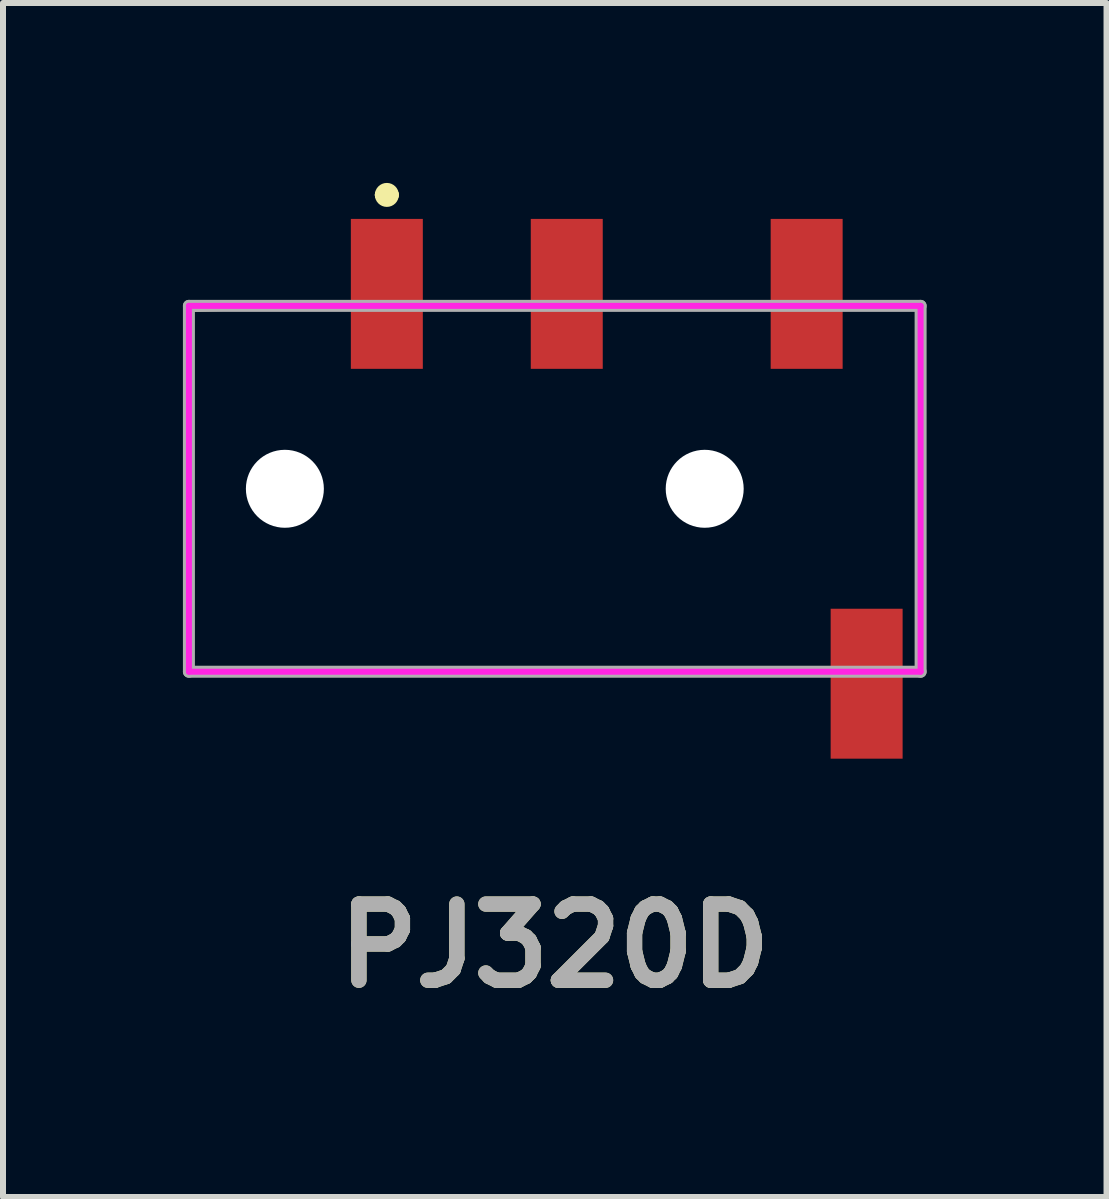
<source format=kicad_pcb>
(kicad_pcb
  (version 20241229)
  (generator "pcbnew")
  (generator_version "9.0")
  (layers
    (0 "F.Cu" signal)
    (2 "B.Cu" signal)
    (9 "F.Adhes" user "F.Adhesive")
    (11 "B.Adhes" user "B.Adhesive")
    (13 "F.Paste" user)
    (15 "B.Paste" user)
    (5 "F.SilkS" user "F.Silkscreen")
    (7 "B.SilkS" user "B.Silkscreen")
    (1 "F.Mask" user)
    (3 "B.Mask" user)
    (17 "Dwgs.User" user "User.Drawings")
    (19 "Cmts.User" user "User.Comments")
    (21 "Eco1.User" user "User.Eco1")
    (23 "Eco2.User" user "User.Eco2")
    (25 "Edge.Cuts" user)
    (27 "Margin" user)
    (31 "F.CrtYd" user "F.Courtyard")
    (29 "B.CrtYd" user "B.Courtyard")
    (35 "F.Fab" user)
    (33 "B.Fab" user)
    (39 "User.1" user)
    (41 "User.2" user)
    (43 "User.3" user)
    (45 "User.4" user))
  (footprint "PJ320D"
    (layer "F.Cu")
    (at 6.2 5.1)
    (property "Reference" "PJ320D" (at 0 7.62 0) (layer "F.SilkS") (effects (font (size 1.27 1.27) (thickness 0.254))))
    (attr smd)
    (fp_line (start -6.1 -3) (end -6.1 3) (stroke (width 0.1) (type solid)) (layer "F.SilkS"))
    (fp_line (start -6.1 3) (end -6.1 3.05) (stroke (width 0.1) (type solid)) (layer "F.SilkS"))
    (fp_line (start -6.1 3.05) (end 3.9 3.05) (stroke (width 0.1) (type solid)) (layer "F.SilkS"))
    (fp_line (start -4.1 -3.05) (end -6.1 -3) (stroke (width 0.1) (type solid)) (layer "F.SilkS"))
    (fp_line (start -2.9 -4.9) (end -2.9 -4.9) (stroke (width 0.2) (type solid)) (layer "F.SilkS"))
    (fp_line (start -2.7 -4.9) (end -2.7 -4.9) (stroke (width 0.2) (type solid)) (layer "F.SilkS"))
    (fp_line (start 5.9 -3.05) (end 6.1 -3.05) (stroke (width 0.1) (type solid)) (layer "F.SilkS"))
    (fp_line (start 6.1 -3.05) (end 6.1 3) (stroke (width 0.1) (type solid)) (layer "F.SilkS"))
    (fp_arc (start -2.9 -4.9) (mid -2.8 -5) (end -2.7 -4.9) (stroke (width 0.2) (type solid)) (layer "F.SilkS"))
    (fp_arc (start -2.7 -4.9) (mid -2.8 -4.8) (end -2.9 -4.9) (stroke (width 0.2) (type solid)) (layer "F.SilkS"))
    (fp_line (start -6.1 -3.05) (end 6.1 -3.05) (stroke (width 0.1) (type solid)) (layer "F.CrtYd"))
    (fp_line (start -6.1 3.05) (end -6.1 -3.05) (stroke (width 0.1) (type solid)) (layer "F.CrtYd"))
    (fp_line (start 6.1 -3.05) (end 6.1 3.05) (stroke (width 0.1) (type solid)) (layer "F.CrtYd"))
    (fp_line (start 6.1 3.05) (end -6.1 3.05) (stroke (width 0.1) (type solid)) (layer "F.CrtYd"))
    (fp_line (start -6.1 -3.05) (end 6.1 -3.05) (stroke (width 0.2) (type solid)) (layer "F.Fab"))
    (fp_line (start -6.1 3.05) (end -6.1 -3.05) (stroke (width 0.2) (type solid)) (layer "F.Fab"))
    (fp_line (start 6.1 -3.05) (end 6.1 3.05) (stroke (width 0.2) (type solid)) (layer "F.Fab"))
    (fp_line (start 6.1 3.05) (end -6.1 3.05) (stroke (width 0.2) (type solid)) (layer "F.Fab"))
    (fp_text user "${REFERENCE}" (at 0 7.62 0) (layer "F.Fab") (effects (font (size 1.27 1.27) (thickness 0.254))))
    (pad "" np_thru_hole circle (at -4.5 0) (size 1.3 1.3) (drill 1.3) (layers "*.Cu" "*.Mask"))
    (pad "" np_thru_hole circle (at 2.5 0) (size 1.3 1.3) (drill 1.3) (layers "*.Cu" "*.Mask"))
    (pad "R1" smd rect (at 4.2 -3.25) (size 1.2 2.5) (layers "F.Cu" "F.Mask" "F.Paste"))
    (pad "R2" smd rect (at 0.2 -3.25) (size 1.2 2.5) (layers "F.Cu" "F.Mask" "F.Paste"))
    (pad "S" smd rect (at -2.8 -3.25) (size 1.2 2.5) (layers "F.Cu" "F.Mask" "F.Paste"))
    (pad "T" smd rect (at 5.2 3.25) (size 1.2 2.5) (layers "F.Cu" "F.Mask" "F.Paste")))
  (gr_rect
    (start -3 -3)
    (end 15.4 16.909)
    (stroke (width 0.1) (type default))
    (fill no)
    (layer "Edge.Cuts")))
</source>
